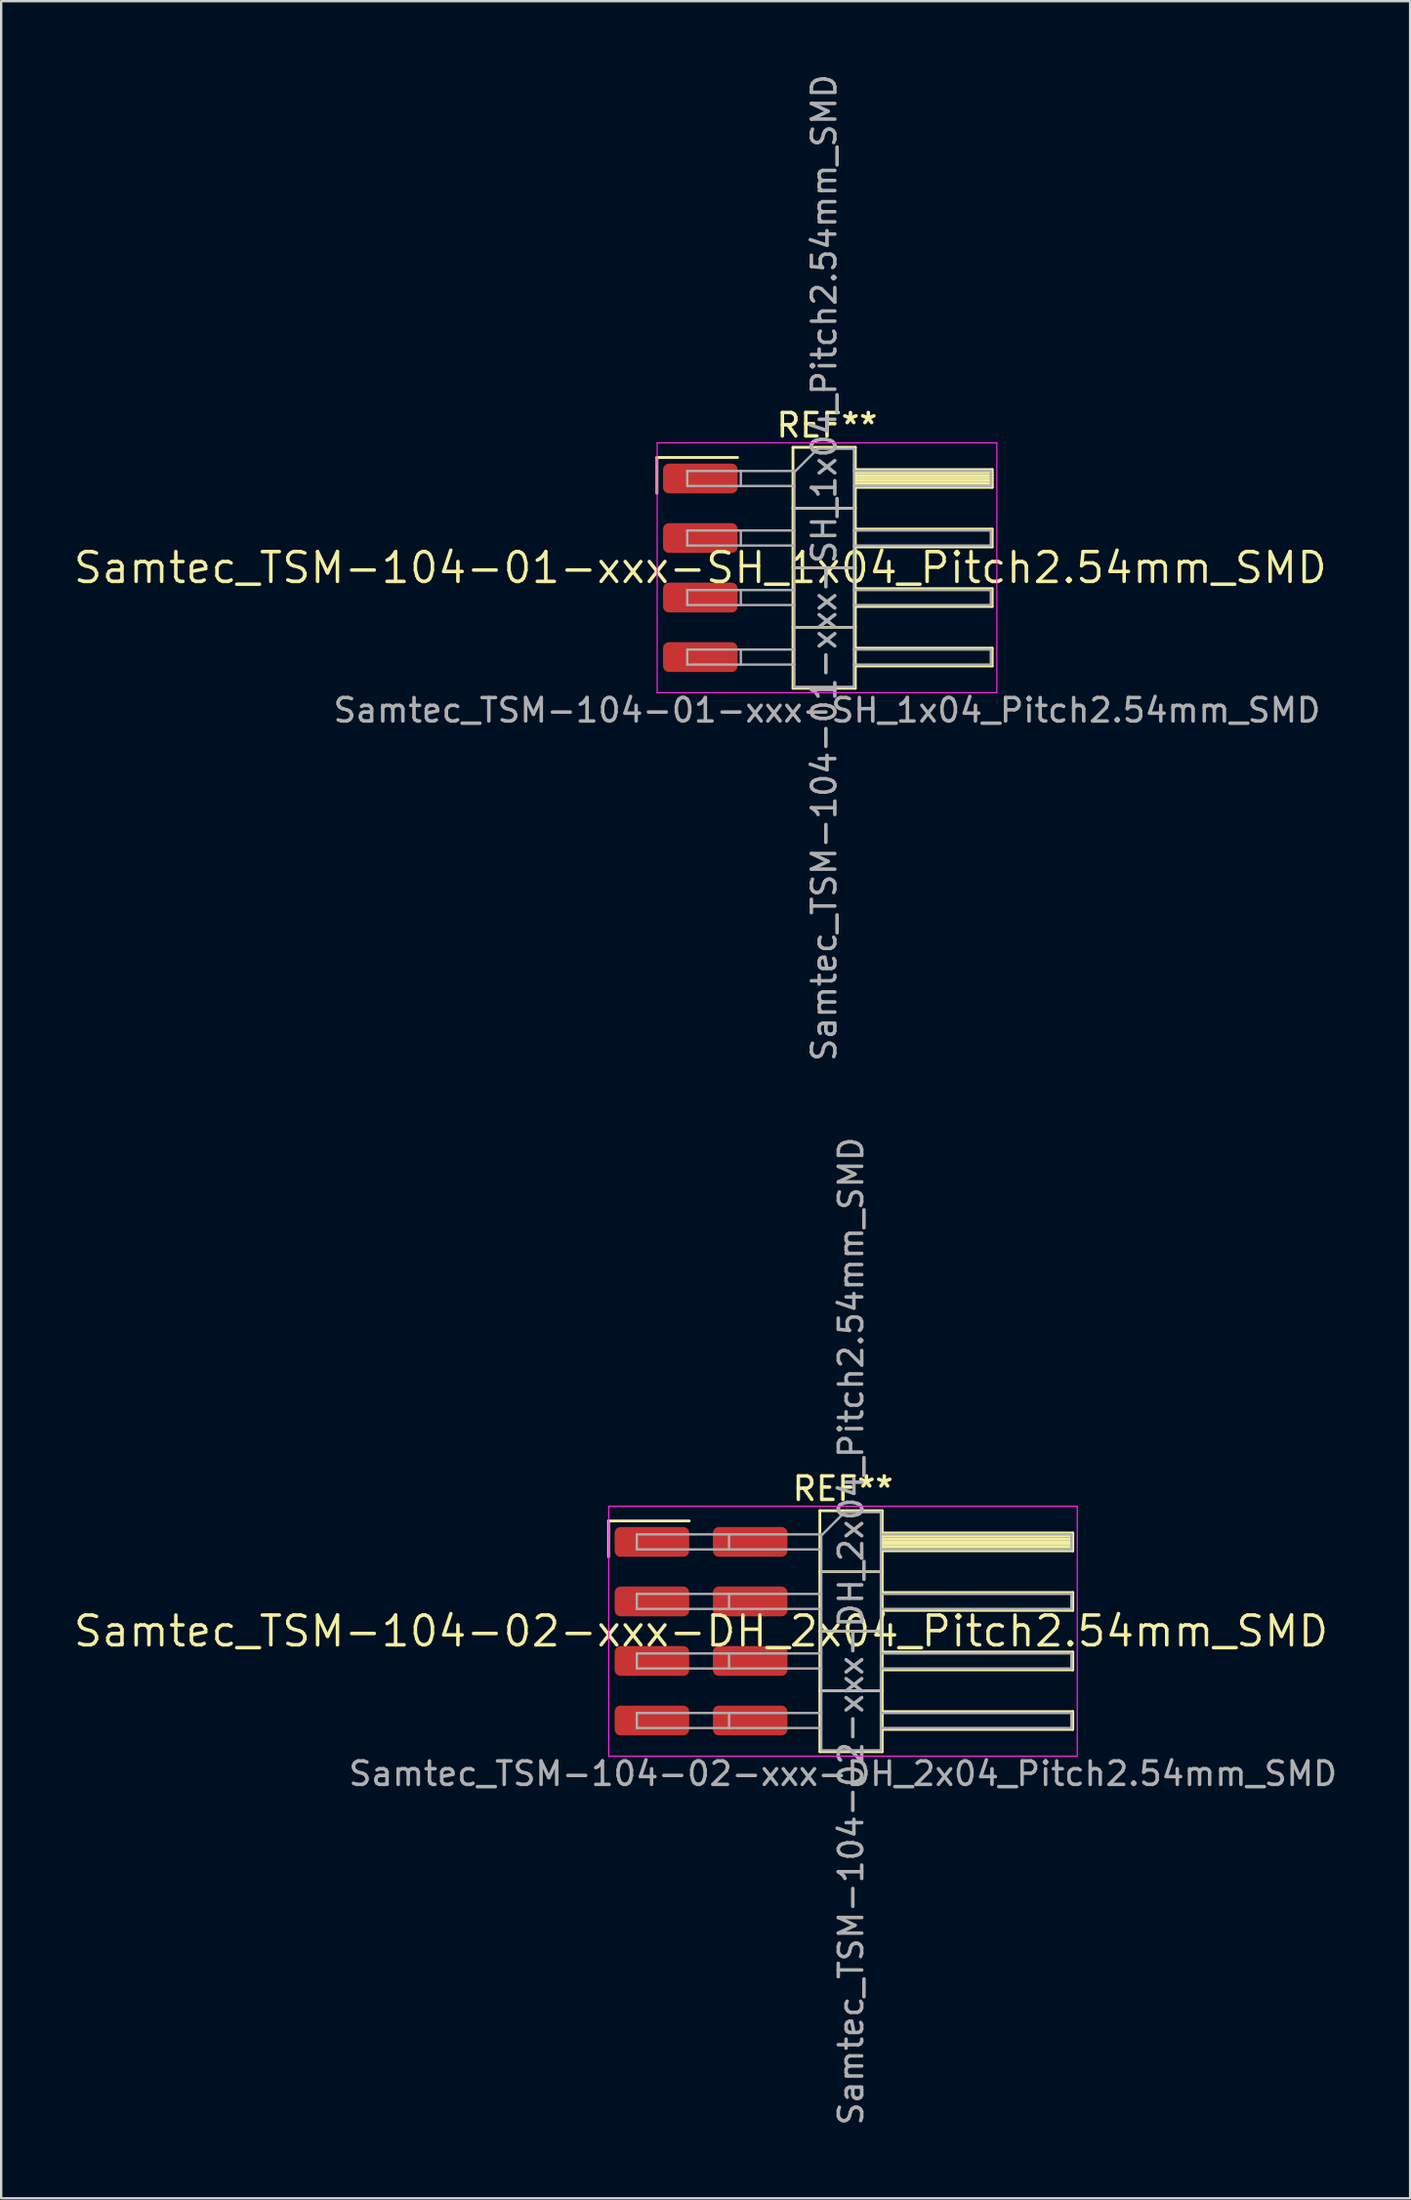
<source format=kicad_pcb>
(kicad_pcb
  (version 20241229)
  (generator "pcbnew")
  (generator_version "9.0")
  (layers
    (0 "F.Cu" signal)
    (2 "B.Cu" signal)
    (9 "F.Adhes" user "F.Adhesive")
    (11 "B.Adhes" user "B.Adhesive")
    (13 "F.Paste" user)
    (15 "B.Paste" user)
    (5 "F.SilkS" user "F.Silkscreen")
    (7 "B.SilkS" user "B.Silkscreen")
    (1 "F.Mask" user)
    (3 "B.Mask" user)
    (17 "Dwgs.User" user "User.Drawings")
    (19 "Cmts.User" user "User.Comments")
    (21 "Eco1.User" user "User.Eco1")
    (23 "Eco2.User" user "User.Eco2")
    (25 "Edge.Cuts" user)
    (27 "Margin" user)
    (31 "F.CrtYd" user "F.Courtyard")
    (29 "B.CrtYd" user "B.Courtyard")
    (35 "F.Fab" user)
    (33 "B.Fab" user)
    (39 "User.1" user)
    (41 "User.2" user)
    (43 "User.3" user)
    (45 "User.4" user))
  (footprint "Samtec_TSM-104-02-xxx-DH_2x04_Pitch2.54mm_SMD"
    (layer "F.Cu")
    (at 26.859 66.542)
    (property "Reference" "Samtec_TSM-104-02-xxx-DH_2x04_Pitch2.54mm_SMD" (at 0 0 0) (layer "F.SilkS") (effects (font (size 1.27 1.27) (thickness 0.15))))
    (attr smd)
    (fp_line (start -3.945 -4.705) (end -0.505 -4.705) (stroke (width 0.12) (type solid)) (layer "F.SilkS"))
    (fp_line (start -3.945 -3.175) (end -3.945 -4.705) (stroke (width 0.12) (type solid)) (layer "F.SilkS"))
    (fp_line (start 5.07 -5.14) (end 7.73 -5.14) (stroke (width 0.12) (type solid)) (layer "F.SilkS"))
    (fp_line (start 5.07 -2.54) (end 7.73 -2.54) (stroke (width 0.12) (type solid)) (layer "F.SilkS"))
    (fp_line (start 5.07 0) (end 7.73 0) (stroke (width 0.12) (type solid)) (layer "F.SilkS"))
    (fp_line (start 5.07 2.54) (end 7.73 2.54) (stroke (width 0.12) (type solid)) (layer "F.SilkS"))
    (fp_line (start 5.07 5.14) (end 5.07 -5.14) (stroke (width 0.12) (type solid)) (layer "F.SilkS"))
    (fp_line (start 7.73 -5.14) (end 7.73 5.14) (stroke (width 0.12) (type solid)) (layer "F.SilkS"))
    (fp_line (start 7.73 -4.19) (end 15.86 -4.19) (stroke (width 0.12) (type solid)) (layer "F.SilkS"))
    (fp_line (start 7.73 -4.07) (end 15.86 -4.07) (stroke (width 0.12) (type solid)) (layer "F.SilkS"))
    (fp_line (start 7.73 -3.95) (end 15.86 -3.95) (stroke (width 0.12) (type solid)) (layer "F.SilkS"))
    (fp_line (start 7.73 -3.83) (end 15.86 -3.83) (stroke (width 0.12) (type solid)) (layer "F.SilkS"))
    (fp_line (start 7.73 -3.71) (end 15.86 -3.71) (stroke (width 0.12) (type solid)) (layer "F.SilkS"))
    (fp_line (start 7.73 -3.59) (end 15.86 -3.59) (stroke (width 0.12) (type solid)) (layer "F.SilkS"))
    (fp_line (start 7.73 -3.47) (end 15.86 -3.47) (stroke (width 0.12) (type solid)) (layer "F.SilkS"))
    (fp_line (start 7.73 -3.43) (end 15.86 -3.43) (stroke (width 0.12) (type solid)) (layer "F.SilkS"))
    (fp_line (start 7.73 -1.65) (end 15.86 -1.65) (stroke (width 0.12) (type solid)) (layer "F.SilkS"))
    (fp_line (start 7.73 -0.89) (end 15.86 -0.89) (stroke (width 0.12) (type solid)) (layer "F.SilkS"))
    (fp_line (start 7.73 0.89) (end 15.86 0.89) (stroke (width 0.12) (type solid)) (layer "F.SilkS"))
    (fp_line (start 7.73 1.65) (end 15.86 1.65) (stroke (width 0.12) (type solid)) (layer "F.SilkS"))
    (fp_line (start 7.73 3.43) (end 15.86 3.43) (stroke (width 0.12) (type solid)) (layer "F.SilkS"))
    (fp_line (start 7.73 4.19) (end 15.86 4.19) (stroke (width 0.12) (type solid)) (layer "F.SilkS"))
    (fp_line (start 7.73 5.14) (end 5.07 5.14) (stroke (width 0.12) (type solid)) (layer "F.SilkS"))
    (fp_line (start 15.86 -4.19) (end 15.86 -3.43) (stroke (width 0.12) (type solid)) (layer "F.SilkS"))
    (fp_line (start 15.86 -1.65) (end 15.86 -0.89) (stroke (width 0.12) (type solid)) (layer "F.SilkS"))
    (fp_line (start 15.86 0.89) (end 15.86 1.65) (stroke (width 0.12) (type solid)) (layer "F.SilkS"))
    (fp_line (start 15.86 3.43) (end 15.86 4.19) (stroke (width 0.12) (type solid)) (layer "F.SilkS"))
    (fp_line (start -3.94 -5.33) (end 16.05 -5.33) (stroke (width 0.05) (type solid)) (layer "F.CrtYd"))
    (fp_line (start -3.94 5.33) (end -3.94 -5.33) (stroke (width 0.05) (type solid)) (layer "F.CrtYd"))
    (fp_line (start 16.05 -5.33) (end 16.05 5.33) (stroke (width 0.05) (type solid)) (layer "F.CrtYd"))
    (fp_line (start 16.05 5.33) (end -3.94 5.33) (stroke (width 0.05) (type solid)) (layer "F.CrtYd"))
    (fp_line (start -2.74 -4.13) (end -2.74 -3.49) (stroke (width 0.1) (type solid)) (layer "F.Fab"))
    (fp_line (start -2.74 -4.13) (end 5.13 -4.13) (stroke (width 0.1) (type solid)) (layer "F.Fab"))
    (fp_line (start -2.74 -3.49) (end 5.13 -3.49) (stroke (width 0.1) (type solid)) (layer "F.Fab"))
    (fp_line (start -2.74 -1.59) (end -2.74 -0.95) (stroke (width 0.1) (type solid)) (layer "F.Fab"))
    (fp_line (start -2.74 -1.59) (end 5.13 -1.59) (stroke (width 0.1) (type solid)) (layer "F.Fab"))
    (fp_line (start -2.74 -0.95) (end 5.13 -0.95) (stroke (width 0.1) (type solid)) (layer "F.Fab"))
    (fp_line (start -2.74 0.95) (end -2.74 1.59) (stroke (width 0.1) (type solid)) (layer "F.Fab"))
    (fp_line (start -2.74 0.95) (end 5.13 0.95) (stroke (width 0.1) (type solid)) (layer "F.Fab"))
    (fp_line (start -2.74 1.59) (end 5.13 1.59) (stroke (width 0.1) (type solid)) (layer "F.Fab"))
    (fp_line (start -2.74 3.49) (end -2.74 4.13) (stroke (width 0.1) (type solid)) (layer "F.Fab"))
    (fp_line (start -2.74 3.49) (end 5.13 3.49) (stroke (width 0.1) (type solid)) (layer "F.Fab"))
    (fp_line (start -2.74 4.13) (end 5.13 4.13) (stroke (width 0.1) (type solid)) (layer "F.Fab"))
    (fp_line (start 1.195 -4.13) (end 1.195 -3.49) (stroke (width 0.1) (type solid)) (layer "F.Fab"))
    (fp_line (start 1.195 -1.59) (end 1.195 -0.95) (stroke (width 0.1) (type solid)) (layer "F.Fab"))
    (fp_line (start 1.195 0.95) (end 1.195 1.59) (stroke (width 0.1) (type solid)) (layer "F.Fab"))
    (fp_line (start 1.195 3.49) (end 1.195 4.13) (stroke (width 0.1) (type solid)) (layer "F.Fab"))
    (fp_line (start 5.13 -4.08) (end 6.13 -5.08) (stroke (width 0.1) (type solid)) (layer "F.Fab"))
    (fp_line (start 5.13 -2.54) (end 7.67 -2.54) (stroke (width 0.1) (type solid)) (layer "F.Fab"))
    (fp_line (start 5.13 0) (end 7.67 0) (stroke (width 0.1) (type solid)) (layer "F.Fab"))
    (fp_line (start 5.13 2.54) (end 7.67 2.54) (stroke (width 0.1) (type solid)) (layer "F.Fab"))
    (fp_line (start 5.13 5.08) (end 5.13 -4.08) (stroke (width 0.1) (type solid)) (layer "F.Fab"))
    (fp_line (start 6.13 -5.08) (end 7.67 -5.08) (stroke (width 0.1) (type solid)) (layer "F.Fab"))
    (fp_line (start 7.67 -5.08) (end 7.67 5.08) (stroke (width 0.1) (type solid)) (layer "F.Fab"))
    (fp_line (start 7.67 -4.13) (end 15.8 -4.13) (stroke (width 0.1) (type solid)) (layer "F.Fab"))
    (fp_line (start 7.67 -3.49) (end 15.8 -3.49) (stroke (width 0.1) (type solid)) (layer "F.Fab"))
    (fp_line (start 7.67 -1.59) (end 15.8 -1.59) (stroke (width 0.1) (type solid)) (layer "F.Fab"))
    (fp_line (start 7.67 -0.95) (end 15.8 -0.95) (stroke (width 0.1) (type solid)) (layer "F.Fab"))
    (fp_line (start 7.67 0.95) (end 15.8 0.95) (stroke (width 0.1) (type solid)) (layer "F.Fab"))
    (fp_line (start 7.67 1.59) (end 15.8 1.59) (stroke (width 0.1) (type solid)) (layer "F.Fab"))
    (fp_line (start 7.67 3.49) (end 15.8 3.49) (stroke (width 0.1) (type solid)) (layer "F.Fab"))
    (fp_line (start 7.67 4.13) (end 15.8 4.13) (stroke (width 0.1) (type solid)) (layer "F.Fab"))
    (fp_line (start 7.67 5.08) (end 5.13 5.08) (stroke (width 0.1) (type solid)) (layer "F.Fab"))
    (fp_line (start 15.8 -4.13) (end 15.8 -3.49) (stroke (width 0.1) (type solid)) (layer "F.Fab"))
    (fp_line (start 15.8 -1.59) (end 15.8 -0.95) (stroke (width 0.1) (type solid)) (layer "F.Fab"))
    (fp_line (start 15.8 0.95) (end 15.8 1.59) (stroke (width 0.1) (type solid)) (layer "F.Fab"))
    (fp_line (start 15.8 3.49) (end 15.8 4.13) (stroke (width 0.1) (type solid)) (layer "F.Fab"))
    (fp_text user "REF**" (at 6.055 -6.08 0) (layer "F.SilkS") (effects (font (size 1 1) (thickness 0.15))))
    (fp_text user "${REFERENCE}" (at 6.4 0 90) (layer "F.Fab") (effects (font (size 1 1) (thickness 0.15))))
    (fp_text user "Samtec_TSM-104-02-xxx-DH_2x04_Pitch2.54mm_SMD" (at 6.055 6.08 0) (layer "F.Fab") (effects (font (size 1 1) (thickness 0.15))))
    (pad "1" smd roundrect (at -2.095 -3.81) (size 3.18 1.27) (layers "F.Cu" "F.Mask" "F.Paste") (roundrect_rratio 0.197))
    (pad "2" smd roundrect (at 2.095 -3.81) (size 3.18 1.27) (layers "F.Cu" "F.Mask" "F.Paste") (roundrect_rratio 0.197))
    (pad "3" smd roundrect (at -2.095 -1.27) (size 3.18 1.27) (layers "F.Cu" "F.Mask" "F.Paste") (roundrect_rratio 0.197))
    (pad "4" smd roundrect (at 2.095 -1.27) (size 3.18 1.27) (layers "F.Cu" "F.Mask" "F.Paste") (roundrect_rratio 0.197))
    (pad "5" smd roundrect (at -2.095 1.27) (size 3.18 1.27) (layers "F.Cu" "F.Mask" "F.Paste") (roundrect_rratio 0.197))
    (pad "6" smd roundrect (at 2.095 1.27) (size 3.18 1.27) (layers "F.Cu" "F.Mask" "F.Paste") (roundrect_rratio 0.197))
    (pad "7" smd roundrect (at -2.095 3.81) (size 3.18 1.27) (layers "F.Cu" "F.Mask" "F.Paste") (roundrect_rratio 0.197))
    (pad "8" smd roundrect (at 2.095 3.81) (size 3.18 1.27) (layers "F.Cu" "F.Mask" "F.Paste") (roundrect_rratio 0.197)))
  (footprint "Samtec_TSM-104-01-xxx-SH_1x04_Pitch2.54mm_SMD"
    (layer "F.Cu")
    (at 26.828 21.173)
    (property "Reference" "Samtec_TSM-104-01-xxx-SH_1x04_Pitch2.54mm_SMD" (at 0 0 0) (layer "F.SilkS") (effects (font (size 1.27 1.27) (thickness 0.15))))
    (attr smd)
    (fp_line (start -1.85 -4.705) (end 1.59 -4.705) (stroke (width 0.12) (type solid)) (layer "F.SilkS"))
    (fp_line (start -1.85 -3.175) (end -1.85 -4.705) (stroke (width 0.12) (type solid)) (layer "F.SilkS"))
    (fp_line (start 3.953 -5.14) (end 6.613 -5.14) (stroke (width 0.12) (type solid)) (layer "F.SilkS"))
    (fp_line (start 3.953 -2.54) (end 6.613 -2.54) (stroke (width 0.12) (type solid)) (layer "F.SilkS"))
    (fp_line (start 3.953 0) (end 6.613 0) (stroke (width 0.12) (type solid)) (layer "F.SilkS"))
    (fp_line (start 3.953 2.54) (end 6.613 2.54) (stroke (width 0.12) (type solid)) (layer "F.SilkS"))
    (fp_line (start 3.953 5.14) (end 3.953 -5.14) (stroke (width 0.12) (type solid)) (layer "F.SilkS"))
    (fp_line (start 6.613 -5.14) (end 6.613 5.14) (stroke (width 0.12) (type solid)) (layer "F.SilkS"))
    (fp_line (start 6.613 -4.19) (end 12.453 -4.19) (stroke (width 0.12) (type solid)) (layer "F.SilkS"))
    (fp_line (start 6.613 -4.07) (end 12.453 -4.07) (stroke (width 0.12) (type solid)) (layer "F.SilkS"))
    (fp_line (start 6.613 -3.95) (end 12.453 -3.95) (stroke (width 0.12) (type solid)) (layer "F.SilkS"))
    (fp_line (start 6.613 -3.83) (end 12.453 -3.83) (stroke (width 0.12) (type solid)) (layer "F.SilkS"))
    (fp_line (start 6.613 -3.71) (end 12.453 -3.71) (stroke (width 0.12) (type solid)) (layer "F.SilkS"))
    (fp_line (start 6.613 -3.59) (end 12.453 -3.59) (stroke (width 0.12) (type solid)) (layer "F.SilkS"))
    (fp_line (start 6.613 -3.47) (end 12.453 -3.47) (stroke (width 0.12) (type solid)) (layer "F.SilkS"))
    (fp_line (start 6.613 -3.43) (end 12.453 -3.43) (stroke (width 0.12) (type solid)) (layer "F.SilkS"))
    (fp_line (start 6.613 -1.65) (end 12.453 -1.65) (stroke (width 0.12) (type solid)) (layer "F.SilkS"))
    (fp_line (start 6.613 -0.89) (end 12.453 -0.89) (stroke (width 0.12) (type solid)) (layer "F.SilkS"))
    (fp_line (start 6.613 0.89) (end 12.453 0.89) (stroke (width 0.12) (type solid)) (layer "F.SilkS"))
    (fp_line (start 6.613 1.65) (end 12.453 1.65) (stroke (width 0.12) (type solid)) (layer "F.SilkS"))
    (fp_line (start 6.613 3.43) (end 12.453 3.43) (stroke (width 0.12) (type solid)) (layer "F.SilkS"))
    (fp_line (start 6.613 4.19) (end 12.453 4.19) (stroke (width 0.12) (type solid)) (layer "F.SilkS"))
    (fp_line (start 6.613 5.14) (end 3.953 5.14) (stroke (width 0.12) (type solid)) (layer "F.SilkS"))
    (fp_line (start 12.453 -4.19) (end 12.453 -3.43) (stroke (width 0.12) (type solid)) (layer "F.SilkS"))
    (fp_line (start 12.453 -1.65) (end 12.453 -0.89) (stroke (width 0.12) (type solid)) (layer "F.SilkS"))
    (fp_line (start 12.453 0.89) (end 12.453 1.65) (stroke (width 0.12) (type solid)) (layer "F.SilkS"))
    (fp_line (start 12.453 3.43) (end 12.453 4.19) (stroke (width 0.12) (type solid)) (layer "F.SilkS"))
    (fp_line (start -1.84 -5.33) (end 12.65 -5.33) (stroke (width 0.05) (type solid)) (layer "F.CrtYd"))
    (fp_line (start -1.84 5.33) (end -1.84 -5.33) (stroke (width 0.05) (type solid)) (layer "F.CrtYd"))
    (fp_line (start 12.65 -5.33) (end 12.65 5.33) (stroke (width 0.05) (type solid)) (layer "F.CrtYd"))
    (fp_line (start 12.65 5.33) (end -1.84 5.33) (stroke (width 0.05) (type solid)) (layer "F.CrtYd"))
    (fp_line (start -0.557 -4.13) (end -0.557 -3.49) (stroke (width 0.1) (type solid)) (layer "F.Fab"))
    (fp_line (start -0.557 -4.13) (end 4.013 -4.13) (stroke (width 0.1) (type solid)) (layer "F.Fab"))
    (fp_line (start -0.557 -3.49) (end 4.013 -3.49) (stroke (width 0.1) (type solid)) (layer "F.Fab"))
    (fp_line (start -0.557 -1.59) (end -0.557 -0.95) (stroke (width 0.1) (type solid)) (layer "F.Fab"))
    (fp_line (start -0.557 -1.59) (end 4.013 -1.59) (stroke (width 0.1) (type solid)) (layer "F.Fab"))
    (fp_line (start -0.557 -0.95) (end 4.013 -0.95) (stroke (width 0.1) (type solid)) (layer "F.Fab"))
    (fp_line (start -0.557 0.95) (end -0.557 1.59) (stroke (width 0.1) (type solid)) (layer "F.Fab"))
    (fp_line (start -0.557 0.95) (end 4.013 0.95) (stroke (width 0.1) (type solid)) (layer "F.Fab"))
    (fp_line (start -0.557 1.59) (end 4.013 1.59) (stroke (width 0.1) (type solid)) (layer "F.Fab"))
    (fp_line (start -0.557 3.49) (end -0.557 4.13) (stroke (width 0.1) (type solid)) (layer "F.Fab"))
    (fp_line (start -0.557 3.49) (end 4.013 3.49) (stroke (width 0.1) (type solid)) (layer "F.Fab"))
    (fp_line (start -0.557 4.13) (end 4.013 4.13) (stroke (width 0.1) (type solid)) (layer "F.Fab"))
    (fp_line (start 1.728 -4.13) (end 1.728 -3.49) (stroke (width 0.1) (type solid)) (layer "F.Fab"))
    (fp_line (start 1.728 -1.59) (end 1.728 -0.95) (stroke (width 0.1) (type solid)) (layer "F.Fab"))
    (fp_line (start 1.728 0.95) (end 1.728 1.59) (stroke (width 0.1) (type solid)) (layer "F.Fab"))
    (fp_line (start 1.728 3.49) (end 1.728 4.13) (stroke (width 0.1) (type solid)) (layer "F.Fab"))
    (fp_line (start 4.013 -4.08) (end 5.013 -5.08) (stroke (width 0.1) (type solid)) (layer "F.Fab"))
    (fp_line (start 4.013 -2.54) (end 6.553 -2.54) (stroke (width 0.1) (type solid)) (layer "F.Fab"))
    (fp_line (start 4.013 0) (end 6.553 0) (stroke (width 0.1) (type solid)) (layer "F.Fab"))
    (fp_line (start 4.013 2.54) (end 6.553 2.54) (stroke (width 0.1) (type solid)) (layer "F.Fab"))
    (fp_line (start 4.013 5.08) (end 4.013 -4.08) (stroke (width 0.1) (type solid)) (layer "F.Fab"))
    (fp_line (start 5.013 -5.08) (end 6.553 -5.08) (stroke (width 0.1) (type solid)) (layer "F.Fab"))
    (fp_line (start 6.553 -5.08) (end 6.553 5.08) (stroke (width 0.1) (type solid)) (layer "F.Fab"))
    (fp_line (start 6.553 -4.13) (end 12.393 -4.13) (stroke (width 0.1) (type solid)) (layer "F.Fab"))
    (fp_line (start 6.553 -3.49) (end 12.393 -3.49) (stroke (width 0.1) (type solid)) (layer "F.Fab"))
    (fp_line (start 6.553 -1.59) (end 12.393 -1.59) (stroke (width 0.1) (type solid)) (layer "F.Fab"))
    (fp_line (start 6.553 -0.95) (end 12.393 -0.95) (stroke (width 0.1) (type solid)) (layer "F.Fab"))
    (fp_line (start 6.553 0.95) (end 12.393 0.95) (stroke (width 0.1) (type solid)) (layer "F.Fab"))
    (fp_line (start 6.553 1.59) (end 12.393 1.59) (stroke (width 0.1) (type solid)) (layer "F.Fab"))
    (fp_line (start 6.553 3.49) (end 12.393 3.49) (stroke (width 0.1) (type solid)) (layer "F.Fab"))
    (fp_line (start 6.553 4.13) (end 12.393 4.13) (stroke (width 0.1) (type solid)) (layer "F.Fab"))
    (fp_line (start 6.553 5.08) (end 4.013 5.08) (stroke (width 0.1) (type solid)) (layer "F.Fab"))
    (fp_line (start 12.393 -4.13) (end 12.393 -3.49) (stroke (width 0.1) (type solid)) (layer "F.Fab"))
    (fp_line (start 12.393 -1.59) (end 12.393 -0.95) (stroke (width 0.1) (type solid)) (layer "F.Fab"))
    (fp_line (start 12.393 0.95) (end 12.393 1.59) (stroke (width 0.1) (type solid)) (layer "F.Fab"))
    (fp_line (start 12.393 3.49) (end 12.393 4.13) (stroke (width 0.1) (type solid)) (layer "F.Fab"))
    (fp_text user "REF**" (at 5.405 -6.08 0) (layer "F.SilkS") (effects (font (size 1 1) (thickness 0.15))))
    (fp_text user "Samtec_TSM-104-01-xxx-SH_1x04_Pitch2.54mm_SMD" (at 5.405 6.08 0) (layer "F.Fab") (effects (font (size 1 1) (thickness 0.15))))
    (fp_text user "${REFERENCE}" (at 5.283 0 90) (layer "F.Fab") (effects (font (size 1 1) (thickness 0.15))))
    (pad "1" smd roundrect (at 0 -3.81) (size 3.18 1.27) (layers "F.Cu" "F.Mask" "F.Paste") (roundrect_rratio 0.197))
    (pad "2" smd roundrect (at 0 -1.27) (size 3.18 1.27) (layers "F.Cu" "F.Mask" "F.Paste") (roundrect_rratio 0.197))
    (pad "3" smd roundrect (at 0 1.27) (size 3.18 1.27) (layers "F.Cu" "F.Mask" "F.Paste") (roundrect_rratio 0.197))
    (pad "4" smd roundrect (at 0 3.81) (size 3.18 1.27) (layers "F.Cu" "F.Mask" "F.Paste") (roundrect_rratio 0.197)))
  (gr_rect
    (start -3 -3)
    (end 57.11 90.738)
    (stroke (width 0.1) (type default))
    (fill no)
    (layer "Edge.Cuts")))
</source>
